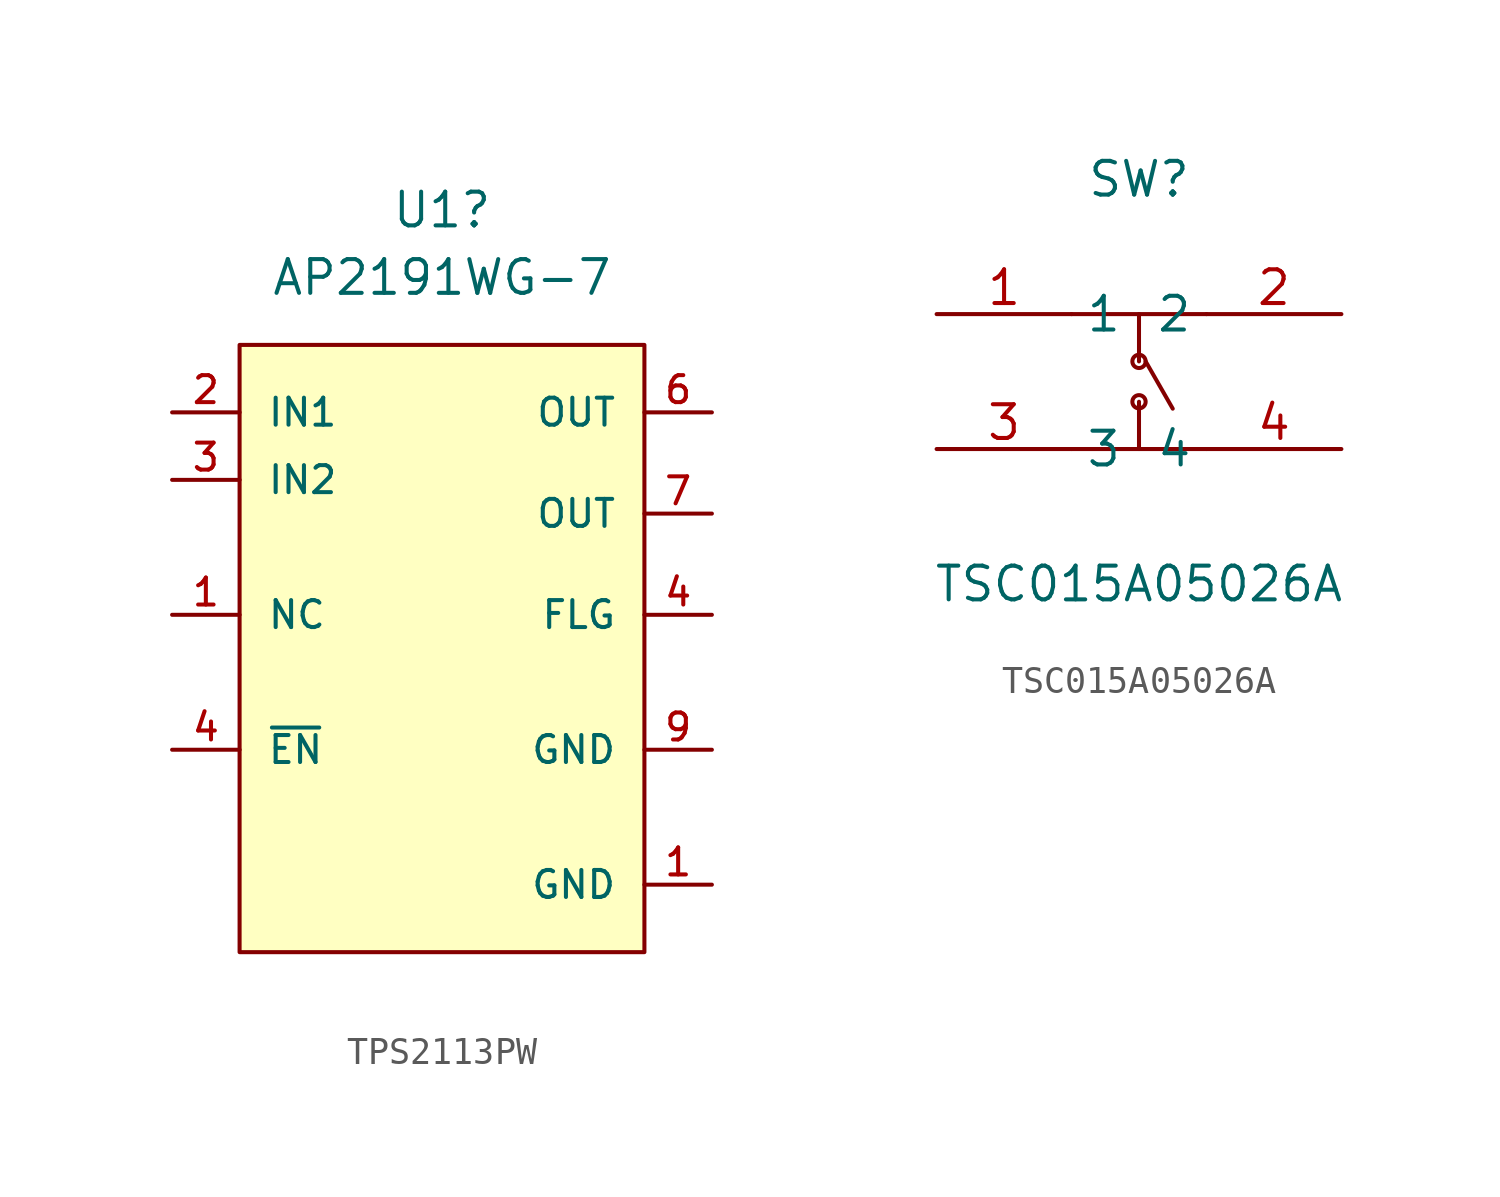
<source format=kicad_sym>
(kicad_symbol_lib
  (version 20231120)
  (generator "kicad_symbol_editor")
  (generator_version "8.0")
  (symbol "TPS2113PW"
    (pin_names
      (offset 1.016))
    (property "Reference" "U1"
      (at 12.7 7.62 0)
      (effects (font (size 1.27 1.27))))
    (property "Value" "AP2191WG-7"
      (at 12.7 5.08 0)
      (effects (font (size 1.27 1.27))))
    (symbol "TPS2113PW_1_1"
      (rectangle (start 5.08 2.54) (end 20.32 -20.32) (stroke (width 0) (type default)) (fill (type background)))
      (pin power_in line (at 22.86 -17.78 180) (length 2.54) (name "GND" (effects (font (size 1.016 1.016)))) (number "1" (effects (font (size 1.016 1.016)))))
      (pin unspecified line (at 2.54 -7.62 0) (length 2.54) (name "NC" (effects (font (size 1.016 1.016)))) (number "1" (effects (font (size 1.016 1.016)))))
      (pin power_in line (at 2.54 0 0) (length 2.54) (name "IN1" (effects (font (size 1.016 1.016)))) (number "2" (effects (font (size 1.016 1.016)))))
      (pin power_in line (at 2.54 -2.54 0) (length 2.54) (name "IN2" (effects (font (size 1.016 1.016)))) (number "3" (effects (font (size 1.016 1.016)))))
      (pin bidirectional line (at 22.86 -7.62 180) (length 2.54) (name "FLG" (effects (font (size 1.016 1.016)))) (number "4" (effects (font (size 1.016 1.016)))))
      (pin input line (at 2.54 -12.7 0) (length 2.54) (name "~{EN}" (effects (font (size 1.016 1.016)))) (number "4" (effects (font (size 1.016 1.016)))))
      (pin power_out line (at 22.86 0 180) (length 2.54) (name "OUT" (effects (font (size 1.016 1.016)))) (number "6" (effects (font (size 1.016 1.016)))))
      (pin power_out line (at 22.86 -3.81 180) (length 2.54) (name "OUT" (effects (font (size 1.016 1.016)))) (number "7" (effects (font (size 1.016 1.016)))))
      (pin power_in line (at 22.86 -12.7 180) (length 2.54) (name "GND" (effects (font (size 1.016 1.016)))) (number "9" (effects (font (size 1.016 1.016)))))))
  (symbol "TSC015A05026A"
    (property "Reference" "SW"
      (at 0 7.62 0)
      (effects (font (size 1.27 1.27))))
    (property "Value" "TSC015A05026A"
      (at 0 -7.62 0)
      (effects (font (size 1.27 1.27))))
    (symbol "TSC015A05026A_0_1"
      (circle (center 0 -0.76) (radius 0.25) (stroke (width 0) (type default)) (fill (type none)))
      (polyline (pts (xy -2.54 -2.54) (xy 2.54 -2.54)) (stroke (width 0) (type default)) (fill (type none)))
      (polyline (pts (xy -2.54 2.54) (xy 2.54 2.54)) (stroke (width 0) (type default)) (fill (type none)))
      (polyline (pts (xy 0 -2.54) (xy 0 -1.52)) (stroke (width 0) (type default)) (fill (type none)))
      (polyline (pts (xy 0 -1.52) (xy 0 -0.76)) (stroke (width 0) (type default)) (fill (type none)))
      (polyline (pts (xy 0 2.54) (xy 0 0.76)) (stroke (width 0) (type default)) (fill (type none)))
      (polyline (pts (xy 1.27 -1.02) (xy 0.25 0.76)) (stroke (width 0) (type default)) (fill (type none)))
      (circle (center 0 0.76) (radius 0.25) (stroke (width 0) (type default)) (fill (type none)))
      (pin unspecified line (at -7.62 2.54 0) (length 5.08) (name "1" (effects (font (size 1.27 1.27)))) (number "1" (effects (font (size 1.27 1.27)))))
      (pin unspecified line (at 7.62 2.54 180) (length 5.08) (name "2" (effects (font (size 1.27 1.27)))) (number "2" (effects (font (size 1.27 1.27)))))
      (pin unspecified line (at -7.62 -2.54 0) (length 5.08) (name "3" (effects (font (size 1.27 1.27)))) (number "3" (effects (font (size 1.27 1.27)))))
      (pin unspecified line (at 7.62 -2.54 180) (length 5.08) (name "4" (effects (font (size 1.27 1.27)))) (number "4" (effects (font (size 1.27 1.27))))))))
</source>
